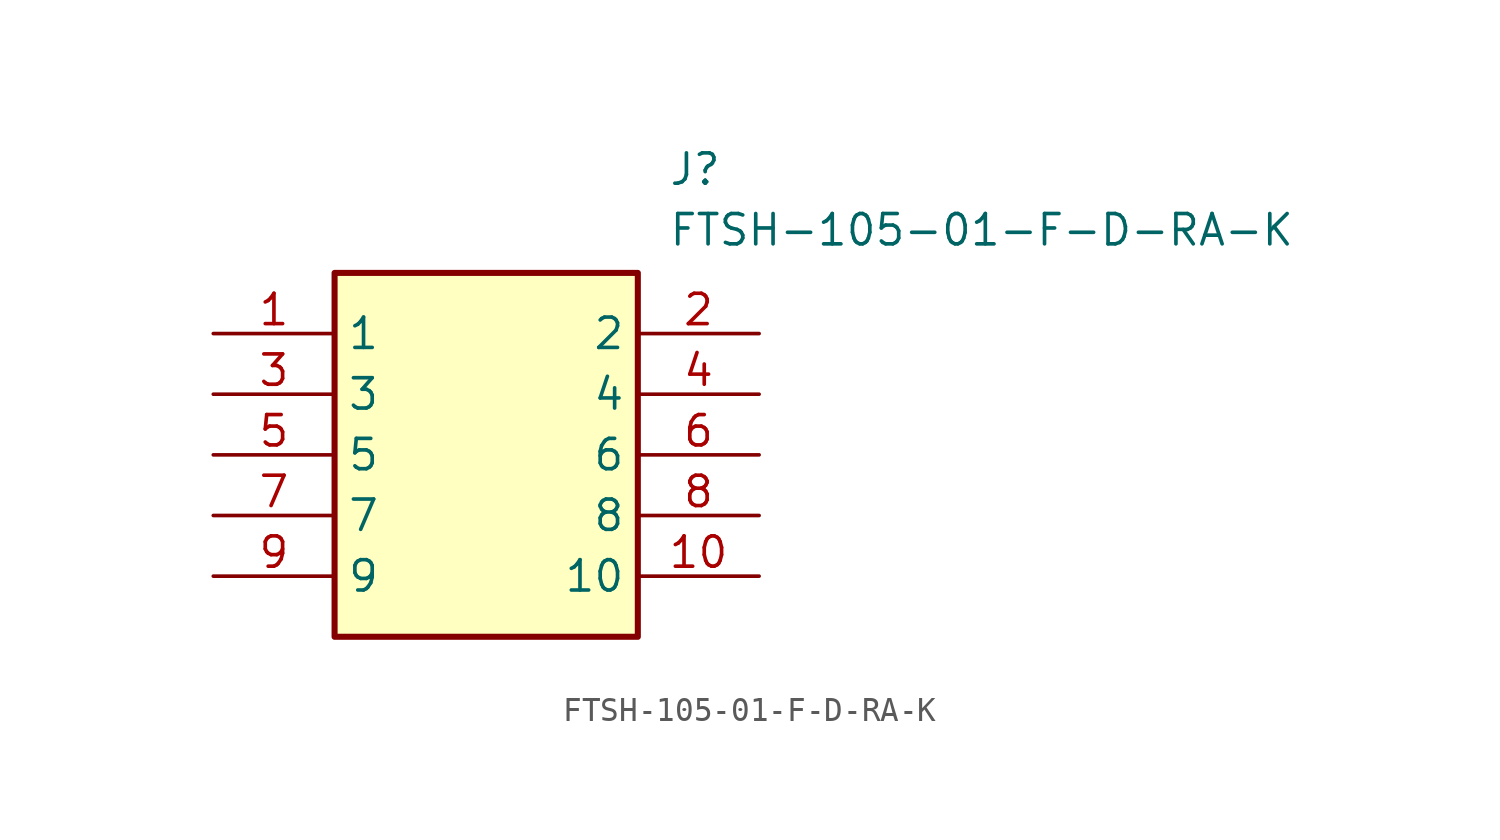
<source format=kicad_sym>
(kicad_symbol_lib
  (version 20211014)
  (generator SamacSys_ECAD_Model)
  (symbol "FTSH-105-01-F-D-RA-K"
    (property "Reference" "J"
      (at 19.05 7.62 0)
      (effects (font (size 1.27 1.27)) (justify left top)))
    (property "Value" "FTSH-105-01-F-D-RA-K"
      (at 19.05 5.08 0)
      (effects (font (size 1.27 1.27)) (justify left top)))
    (rectangle
      (start 5.08 2.54)
      (end 17.78 -12.7)
      (stroke (width 0.254) (type default))
      (fill (type background)))
    (pin passive line
      (at 0 0 0)
      (length 5.08)
      (name "1" (effects (font (size 1.27 1.27))))
      (number "1" (effects (font (size 1.27 1.27)))))
    (pin passive line
      (at 22.86 0 180)
      (length 5.08)
      (name "2" (effects (font (size 1.27 1.27))))
      (number "2" (effects (font (size 1.27 1.27)))))
    (pin passive line
      (at 0 -2.54 0)
      (length 5.08)
      (name "3" (effects (font (size 1.27 1.27))))
      (number "3" (effects (font (size 1.27 1.27)))))
    (pin passive line
      (at 22.86 -2.54 180)
      (length 5.08)
      (name "4" (effects (font (size 1.27 1.27))))
      (number "4" (effects (font (size 1.27 1.27)))))
    (pin passive line
      (at 0 -5.08 0)
      (length 5.08)
      (name "5" (effects (font (size 1.27 1.27))))
      (number "5" (effects (font (size 1.27 1.27)))))
    (pin passive line
      (at 22.86 -5.08 180)
      (length 5.08)
      (name "6" (effects (font (size 1.27 1.27))))
      (number "6" (effects (font (size 1.27 1.27)))))
    (pin passive line
      (at 0 -7.62 0)
      (length 5.08)
      (name "7" (effects (font (size 1.27 1.27))))
      (number "7" (effects (font (size 1.27 1.27)))))
    (pin passive line
      (at 22.86 -7.62 180)
      (length 5.08)
      (name "8" (effects (font (size 1.27 1.27))))
      (number "8" (effects (font (size 1.27 1.27)))))
    (pin passive line
      (at 0 -10.16 0)
      (length 5.08)
      (name "9" (effects (font (size 1.27 1.27))))
      (number "9" (effects (font (size 1.27 1.27)))))
    (pin passive line
      (at 22.86 -10.16 180)
      (length 5.08)
      (name "10" (effects (font (size 1.27 1.27))))
      (number "10" (effects (font (size 1.27 1.27)))))))
</source>
